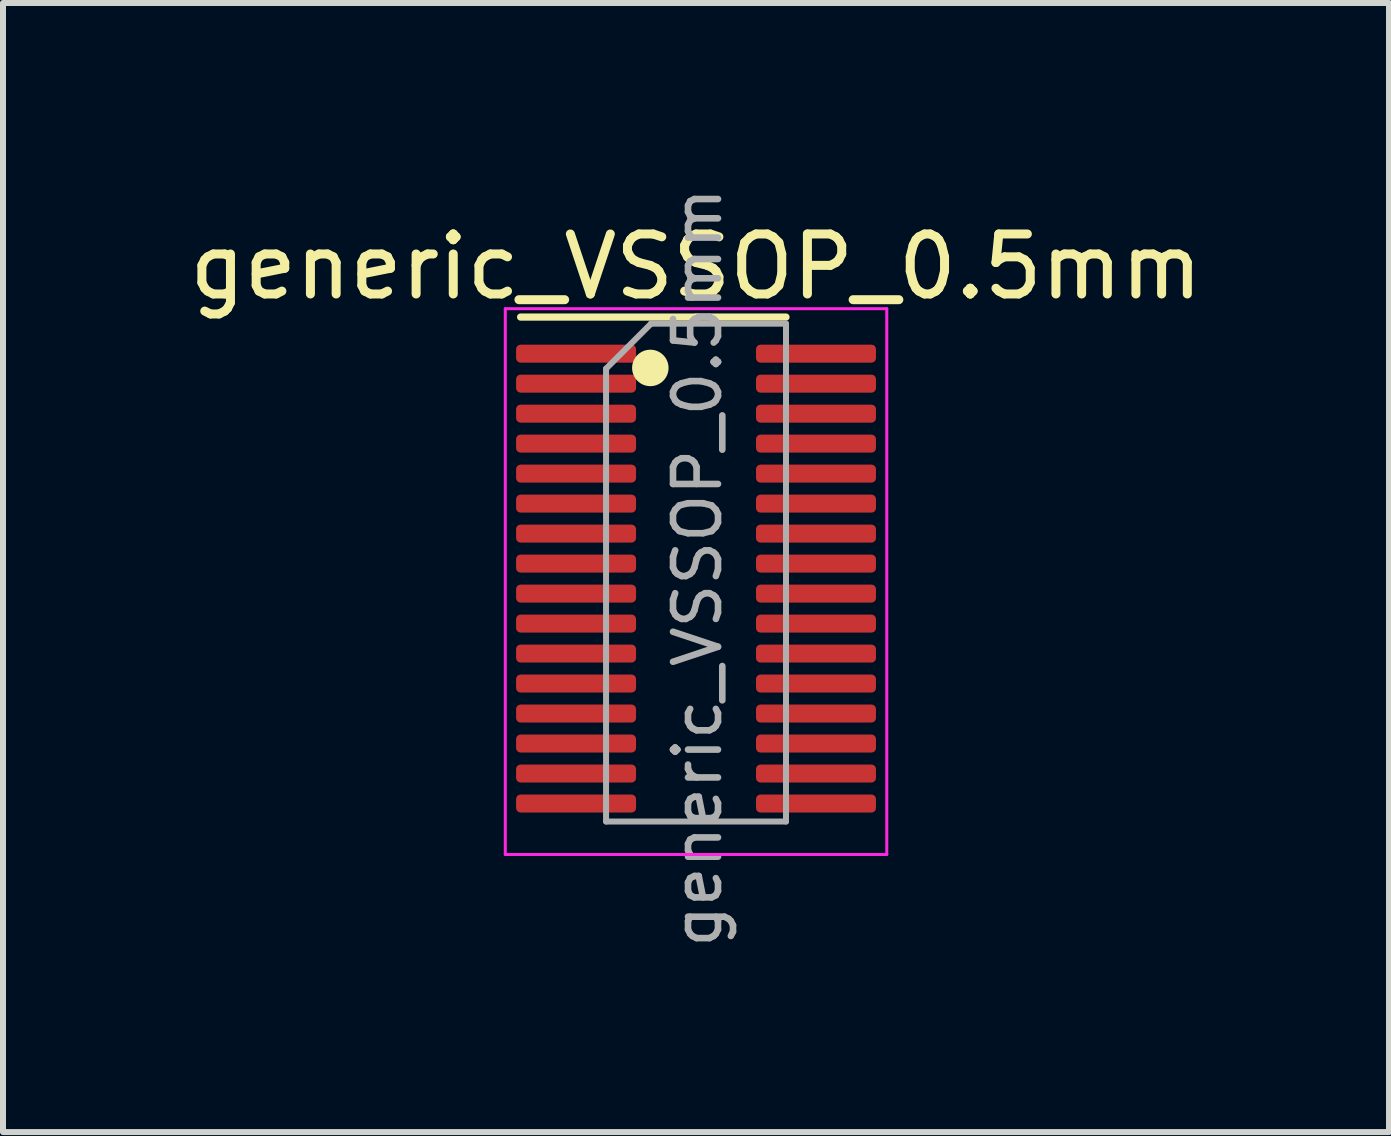
<source format=kicad_pcb>
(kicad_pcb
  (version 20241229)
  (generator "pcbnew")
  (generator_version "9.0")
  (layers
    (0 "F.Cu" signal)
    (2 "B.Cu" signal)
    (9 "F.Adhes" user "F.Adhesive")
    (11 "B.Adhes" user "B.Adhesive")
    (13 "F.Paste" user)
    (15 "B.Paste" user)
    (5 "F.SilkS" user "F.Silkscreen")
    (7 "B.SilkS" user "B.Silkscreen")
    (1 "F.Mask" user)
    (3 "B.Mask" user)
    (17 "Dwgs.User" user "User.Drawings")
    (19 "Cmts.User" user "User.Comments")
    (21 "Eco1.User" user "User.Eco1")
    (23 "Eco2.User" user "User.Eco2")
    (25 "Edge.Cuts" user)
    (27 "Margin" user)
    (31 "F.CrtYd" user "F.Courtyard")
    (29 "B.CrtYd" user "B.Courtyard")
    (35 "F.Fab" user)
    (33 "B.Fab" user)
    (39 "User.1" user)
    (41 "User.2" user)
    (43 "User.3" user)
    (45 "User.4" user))
  (footprint "generic_VSSOP_0.5mm"
    (layer "F.Cu")
    (at 8.554 3.846)
    (property "Reference" "generic_VSSOP_0.5mm" (at 0 -2.45 0) (layer "F.SilkS") (effects (font (size 1 1) (thickness 0.15))))
    (attr smd)
    (fp_line (start 0 -1.61) (end -2.925 -1.61) (stroke (width 0.12) (type solid)) (layer "F.SilkS"))
    (fp_line (start 0 -1.61) (end 1.5 -1.61) (stroke (width 0.12) (type solid)) (layer "F.SilkS"))
    (fp_circle (center -0.762 -0.762) (end -0.508 -0.762) (stroke (width 0.1) (type solid)) (fill yes) (layer "F.SilkS"))
    (fp_line (start -3.18 -1.75) (end -3.18 7.35) (stroke (width 0.05) (type solid)) (layer "F.CrtYd"))
    (fp_line (start -3.18 7.35) (end 3.18 7.35) (stroke (width 0.05) (type solid)) (layer "F.CrtYd"))
    (fp_line (start 3.18 -1.75) (end -3.18 -1.75) (stroke (width 0.05) (type solid)) (layer "F.CrtYd"))
    (fp_line (start 3.18 7.35) (end 3.18 -1.75) (stroke (width 0.05) (type solid)) (layer "F.CrtYd"))
    (fp_line (start -1.5 -0.75) (end -0.75 -1.5) (stroke (width 0.1) (type solid)) (layer "F.Fab"))
    (fp_line (start -1.5 6.8) (end -1.5 -0.75) (stroke (width 0.1) (type solid)) (layer "F.Fab"))
    (fp_line (start -0.75 -1.5) (end 1.5 -1.5) (stroke (width 0.1) (type solid)) (layer "F.Fab"))
    (fp_line (start 1.5 -1.5) (end 1.5 6.8) (stroke (width 0.1) (type solid)) (layer "F.Fab"))
    (fp_line (start 1.5 6.8) (end -1.5 6.8) (stroke (width 0.1) (type solid)) (layer "F.Fab"))
    (fp_text user "${REFERENCE}" (at 0.025 2.565 90) (layer "F.Fab") (effects (font (size 0.75 0.75) (thickness 0.11))))
    (pad "1" smd roundrect (at -2 -1) (size 2 0.3) (layers "F.Cu" "F.Mask" "F.Paste") (roundrect_rratio 0.25))
    (pad "2" smd roundrect (at -2 -0.5) (size 2 0.3) (layers "F.Cu" "F.Mask" "F.Paste") (roundrect_rratio 0.25))
    (pad "3" smd roundrect (at -2 0) (size 2 0.3) (layers "F.Cu" "F.Mask" "F.Paste") (roundrect_rratio 0.25))
    (pad "4" smd roundrect (at -2 0.5) (size 2 0.3) (layers "F.Cu" "F.Mask" "F.Paste") (roundrect_rratio 0.25))
    (pad "5" smd roundrect (at -2 1) (size 2 0.3) (layers "F.Cu" "F.Mask" "F.Paste") (roundrect_rratio 0.25))
    (pad "6" smd roundrect (at -2 1.5) (size 2 0.3) (layers "F.Cu" "F.Mask" "F.Paste") (roundrect_rratio 0.25))
    (pad "7" smd roundrect (at -2 2) (size 2 0.3) (layers "F.Cu" "F.Mask" "F.Paste") (roundrect_rratio 0.25))
    (pad "8" smd roundrect (at -2 2.5) (size 2 0.3) (layers "F.Cu" "F.Mask" "F.Paste") (roundrect_rratio 0.25))
    (pad "9" smd roundrect (at -2 3) (size 2 0.3) (layers "F.Cu" "F.Mask" "F.Paste") (roundrect_rratio 0.25))
    (pad "10" smd roundrect (at -2 3.5) (size 2 0.3) (layers "F.Cu" "F.Mask" "F.Paste") (roundrect_rratio 0.25))
    (pad "11" smd roundrect (at -2 4) (size 2 0.3) (layers "F.Cu" "F.Mask" "F.Paste") (roundrect_rratio 0.25))
    (pad "12" smd roundrect (at -2 4.5) (size 2 0.3) (layers "F.Cu" "F.Mask" "F.Paste") (roundrect_rratio 0.25))
    (pad "13" smd roundrect (at -2 5) (size 2 0.3) (layers "F.Cu" "F.Mask" "F.Paste") (roundrect_rratio 0.25))
    (pad "14" smd roundrect (at -2 5.5) (size 2 0.3) (layers "F.Cu" "F.Mask" "F.Paste") (roundrect_rratio 0.25))
    (pad "15" smd roundrect (at -2 6) (size 2 0.3) (layers "F.Cu" "F.Mask" "F.Paste") (roundrect_rratio 0.25))
    (pad "16" smd roundrect (at -2 6.5) (size 2 0.3) (layers "F.Cu" "F.Mask" "F.Paste") (roundrect_rratio 0.25))
    (pad "17" smd roundrect (at 2 6.5) (size 2 0.3) (layers "F.Cu" "F.Mask" "F.Paste") (roundrect_rratio 0.25))
    (pad "18" smd roundrect (at 2 6) (size 2 0.3) (layers "F.Cu" "F.Mask" "F.Paste") (roundrect_rratio 0.25))
    (pad "19" smd roundrect (at 2 5.5) (size 2 0.3) (layers "F.Cu" "F.Mask" "F.Paste") (roundrect_rratio 0.25))
    (pad "20" smd roundrect (at 2 5) (size 2 0.3) (layers "F.Cu" "F.Mask" "F.Paste") (roundrect_rratio 0.25))
    (pad "21" smd roundrect (at 2 4.5) (size 2 0.3) (layers "F.Cu" "F.Mask" "F.Paste") (roundrect_rratio 0.25))
    (pad "22" smd roundrect (at 2 4) (size 2 0.3) (layers "F.Cu" "F.Mask" "F.Paste") (roundrect_rratio 0.25))
    (pad "23" smd roundrect (at 2 3.5) (size 2 0.3) (layers "F.Cu" "F.Mask" "F.Paste") (roundrect_rratio 0.25))
    (pad "24" smd roundrect (at 2 3) (size 2 0.3) (layers "F.Cu" "F.Mask" "F.Paste") (roundrect_rratio 0.25))
    (pad "25" smd roundrect (at 2 2.5) (size 2 0.3) (layers "F.Cu" "F.Mask" "F.Paste") (roundrect_rratio 0.25))
    (pad "26" smd roundrect (at 2 2) (size 2 0.3) (layers "F.Cu" "F.Mask" "F.Paste") (roundrect_rratio 0.25))
    (pad "27" smd roundrect (at 2 1.5) (size 2 0.3) (layers "F.Cu" "F.Mask" "F.Paste") (roundrect_rratio 0.25))
    (pad "28" smd roundrect (at 2 1) (size 2 0.3) (layers "F.Cu" "F.Mask" "F.Paste") (roundrect_rratio 0.25))
    (pad "29" smd roundrect (at 2 0.5) (size 2 0.3) (layers "F.Cu" "F.Mask" "F.Paste") (roundrect_rratio 0.25))
    (pad "30" smd roundrect (at 2 0) (size 2 0.3) (layers "F.Cu" "F.Mask" "F.Paste") (roundrect_rratio 0.25))
    (pad "31" smd roundrect (at 2 -0.5) (size 2 0.3) (layers "F.Cu" "F.Mask" "F.Paste") (roundrect_rratio 0.25))
    (pad "32" smd roundrect (at 2 -1) (size 2 0.3) (layers "F.Cu" "F.Mask" "F.Paste") (roundrect_rratio 0.25)))
  (gr_rect
    (start -3 -3)
    (end 20.107 15.823)
    (stroke (width 0.1) (type default))
    (fill no)
    (layer "Edge.Cuts")))
</source>
